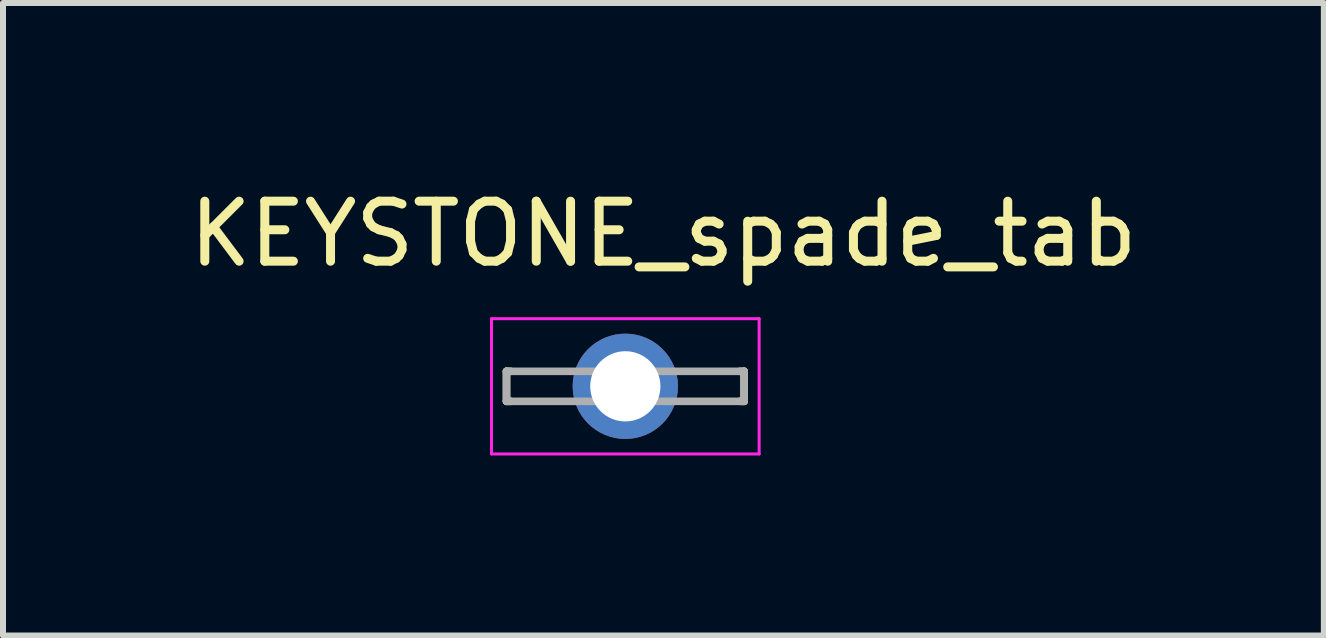
<source format=kicad_pcb>
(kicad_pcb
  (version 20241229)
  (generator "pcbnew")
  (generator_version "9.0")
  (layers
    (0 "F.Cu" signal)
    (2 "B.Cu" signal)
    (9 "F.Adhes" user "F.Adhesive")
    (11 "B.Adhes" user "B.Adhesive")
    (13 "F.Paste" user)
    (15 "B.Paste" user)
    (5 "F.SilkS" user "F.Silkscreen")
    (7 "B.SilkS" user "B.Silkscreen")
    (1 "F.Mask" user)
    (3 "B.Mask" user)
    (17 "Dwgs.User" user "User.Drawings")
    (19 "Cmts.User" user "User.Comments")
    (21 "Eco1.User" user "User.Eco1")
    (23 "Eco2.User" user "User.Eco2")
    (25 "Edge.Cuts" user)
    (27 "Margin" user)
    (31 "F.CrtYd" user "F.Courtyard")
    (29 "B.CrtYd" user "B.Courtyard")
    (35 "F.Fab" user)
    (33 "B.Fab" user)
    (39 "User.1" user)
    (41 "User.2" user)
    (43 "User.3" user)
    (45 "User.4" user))
  (footprint "KEYSTONE_spade_tab"
    (layer "F.Cu")
    (at 7.371 3.388)
    (property "Reference" "KEYSTONE_spade_tab" (at 0.635 -2.54 0) (layer "F.SilkS") (effects (font (size 1 1) (thickness 0.15))))
    (attr through_hole)
    (fp_line (start -1.98 -0.25) (end -1.91 -0.25) (stroke (width 0.127) (type solid)) (layer "F.SilkS"))
    (fp_line (start -1.98 0.25) (end -1.98 -0.25) (stroke (width 0.127) (type solid)) (layer "F.SilkS"))
    (fp_line (start -1.91 0.25) (end -1.98 0.25) (stroke (width 0.127) (type solid)) (layer "F.SilkS"))
    (fp_line (start 1.91 -0.25) (end 1.98 -0.25) (stroke (width 0.127) (type solid)) (layer "F.SilkS"))
    (fp_line (start 1.98 -0.25) (end 1.98 0.25) (stroke (width 0.127) (type solid)) (layer "F.SilkS"))
    (fp_line (start 1.98 0.25) (end 1.91 0.25) (stroke (width 0.127) (type solid)) (layer "F.SilkS"))
    (fp_line (start -2.23 -1.127) (end 2.23 -1.127) (stroke (width 0.05) (type solid)) (layer "F.CrtYd"))
    (fp_line (start -2.23 1.127) (end -2.23 -1.127) (stroke (width 0.05) (type solid)) (layer "F.CrtYd"))
    (fp_line (start 2.23 -1.127) (end 2.23 1.127) (stroke (width 0.05) (type solid)) (layer "F.CrtYd"))
    (fp_line (start 2.23 1.127) (end -2.23 1.127) (stroke (width 0.05) (type solid)) (layer "F.CrtYd"))
    (fp_line (start -1.98 -0.25) (end 1.98 -0.25) (stroke (width 0.127) (type solid)) (layer "F.Fab"))
    (fp_line (start -1.98 0.25) (end -1.98 -0.25) (stroke (width 0.127) (type solid)) (layer "F.Fab"))
    (fp_line (start 1.98 -0.25) (end 1.98 0.25) (stroke (width 0.127) (type solid)) (layer "F.Fab"))
    (fp_line (start 1.98 0.25) (end -1.98 0.25) (stroke (width 0.127) (type solid)) (layer "F.Fab"))
    (pad "1" thru_hole circle (at 0 0) (size 1.755 1.755) (drill 1.17) (layers "*.Cu" "*.Mask")))
  (gr_rect
    (start -3 -3)
    (end 19.012 7.541)
    (stroke (width 0.1) (type default))
    (fill no)
    (layer "Edge.Cuts")))
</source>
